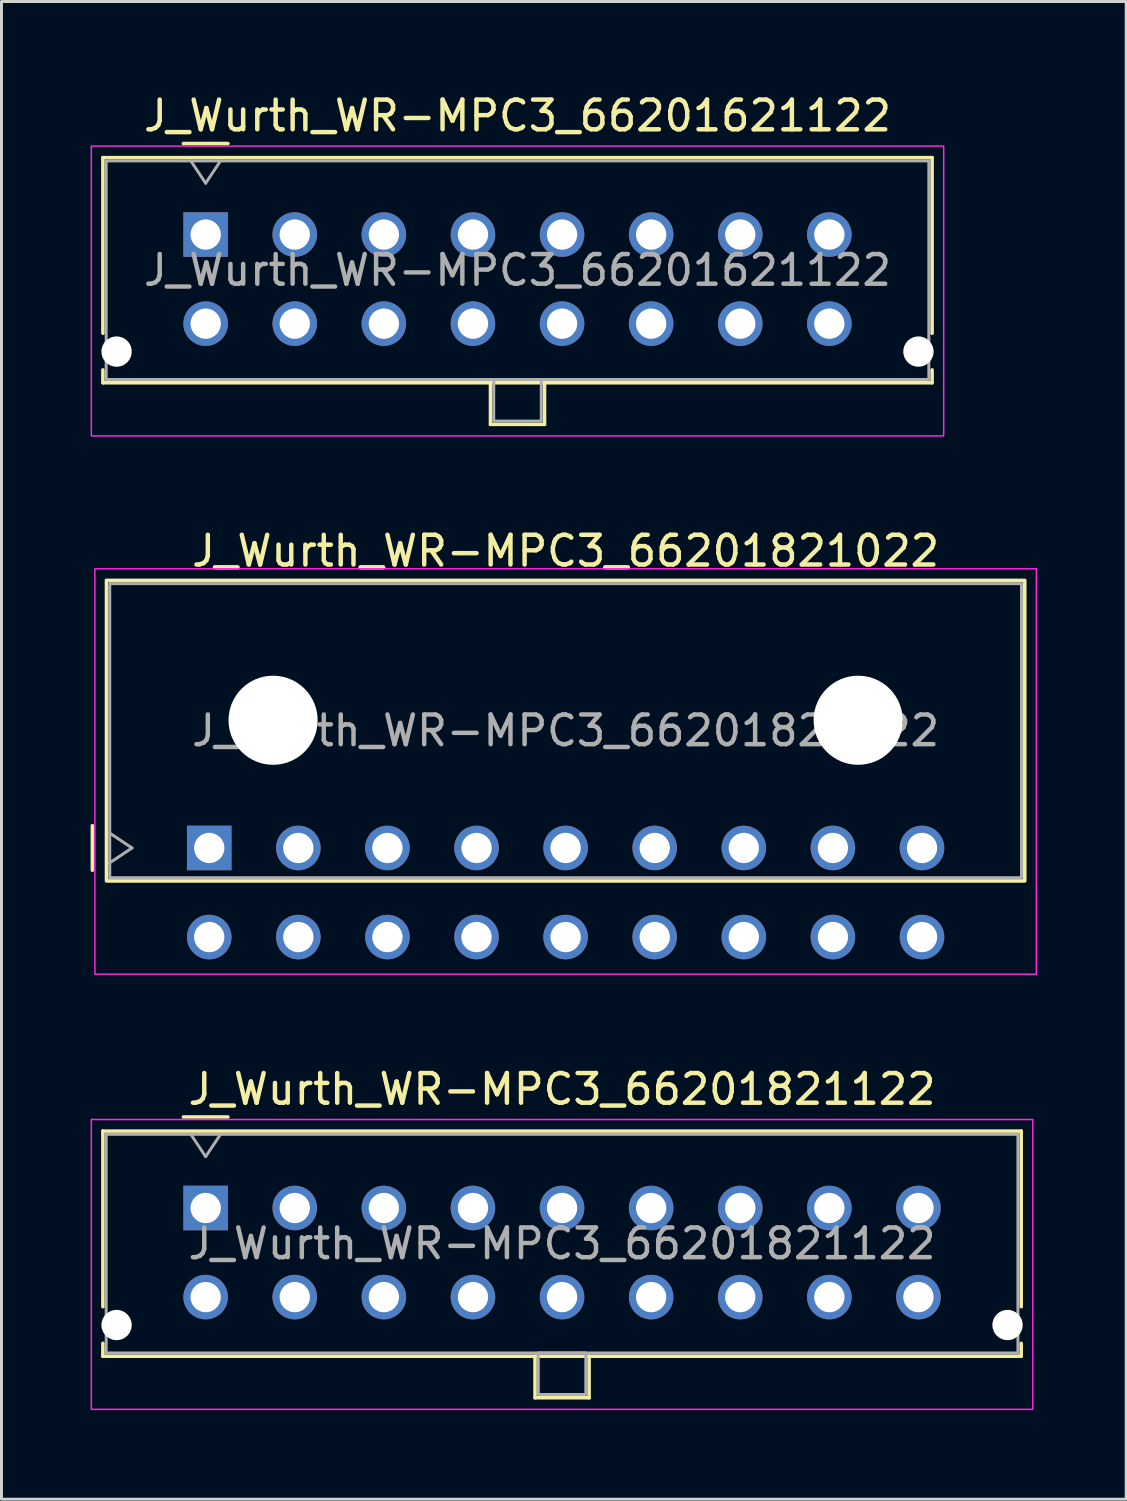
<source format=kicad_pcb>
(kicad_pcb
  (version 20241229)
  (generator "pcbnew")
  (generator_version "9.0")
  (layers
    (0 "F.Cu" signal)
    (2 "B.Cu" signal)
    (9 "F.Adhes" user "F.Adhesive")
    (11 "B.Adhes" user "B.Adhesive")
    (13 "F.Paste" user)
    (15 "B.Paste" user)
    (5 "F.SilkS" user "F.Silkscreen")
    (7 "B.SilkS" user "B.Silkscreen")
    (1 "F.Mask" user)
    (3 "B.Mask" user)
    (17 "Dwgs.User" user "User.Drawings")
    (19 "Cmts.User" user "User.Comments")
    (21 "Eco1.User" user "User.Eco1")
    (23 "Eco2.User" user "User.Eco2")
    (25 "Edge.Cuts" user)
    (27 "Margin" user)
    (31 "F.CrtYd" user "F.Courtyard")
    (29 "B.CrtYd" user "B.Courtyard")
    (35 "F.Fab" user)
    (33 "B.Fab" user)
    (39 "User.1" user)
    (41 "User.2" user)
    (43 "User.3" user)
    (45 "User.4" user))
  (footprint "J_Wurth_WR-MPC3_66201821022"
    (layer "F.Cu")
    (at 3.995 25.502)
    (property "Reference" "J_Wurth_WR-MPC3_66201821022" (at 12 -10 0) (unlocked yes) (layer "F.SilkS") (effects (font (size 1 1) (thickness 0.15))))
    (attr through_hole)
    (fp_line (start -3.935 -0.75) (end -3.935 0.75) (stroke (width 0.12) (type solid)) (layer "F.SilkS"))
    (fp_rect (start -3.46 -9.01) (end 27.46 1.11) (stroke (width 0.12) (type solid)) (fill no) (layer "F.SilkS"))
    (fp_rect (start -3.85 -9.4) (end 27.85 4.25) (stroke (width 0.05) (type solid)) (fill no) (layer "F.CrtYd"))
    (fp_line (start -2.6 0) (end -3.35 -0.5) (stroke (width 0.1) (type solid)) (layer "F.Fab"))
    (fp_line (start -2.6 0) (end -3.35 0.5) (stroke (width 0.1) (type solid)) (layer "F.Fab"))
    (fp_rect (start -3.35 -8.9) (end 27.35 1) (stroke (width 0.1) (type solid)) (fill no) (layer "F.Fab"))
    (fp_text user "${REFERENCE}" (at 12 -3.95 0) (unlocked yes) (layer "F.Fab") (effects (font (size 1 1) (thickness 0.15))))
    (pad "" np_thru_hole circle (at 2.15 -4.3 180) (size 3 3) (drill 3) (layers "*.Cu" "*.Mask"))
    (pad "" np_thru_hole circle (at 21.85 -4.3 180) (size 3 3) (drill 3) (layers "*.Cu" "*.Mask"))
    (pad "1" thru_hole rect (at 0 0 180) (size 1.5 1.5) (drill 1.02) (layers "*.Cu" "*.Mask"))
    (pad "2" thru_hole circle (at 3 0 180) (size 1.5 1.5) (drill 1.02) (layers "*.Cu" "*.Mask"))
    (pad "3" thru_hole circle (at 6 0 180) (size 1.5 1.5) (drill 1.02) (layers "*.Cu" "*.Mask"))
    (pad "4" thru_hole circle (at 9 0 180) (size 1.5 1.5) (drill 1.02) (layers "*.Cu" "*.Mask"))
    (pad "5" thru_hole circle (at 12 0 180) (size 1.5 1.5) (drill 1.02) (layers "*.Cu" "*.Mask"))
    (pad "6" thru_hole circle (at 15 0 180) (size 1.5 1.5) (drill 1.02) (layers "*.Cu" "*.Mask"))
    (pad "7" thru_hole circle (at 18 0 180) (size 1.5 1.5) (drill 1.02) (layers "*.Cu" "*.Mask"))
    (pad "8" thru_hole circle (at 21 0 180) (size 1.5 1.5) (drill 1.02) (layers "*.Cu" "*.Mask"))
    (pad "9" thru_hole circle (at 24 0 180) (size 1.5 1.5) (drill 1.02) (layers "*.Cu" "*.Mask"))
    (pad "10" thru_hole circle (at 0 3 180) (size 1.5 1.5) (drill 1.02) (layers "*.Cu" "*.Mask"))
    (pad "11" thru_hole circle (at 3 3 180) (size 1.5 1.5) (drill 1.02) (layers "*.Cu" "*.Mask"))
    (pad "12" thru_hole circle (at 6 3 180) (size 1.5 1.5) (drill 1.02) (layers "*.Cu" "*.Mask"))
    (pad "13" thru_hole circle (at 9 3 180) (size 1.5 1.5) (drill 1.02) (layers "*.Cu" "*.Mask"))
    (pad "14" thru_hole circle (at 12 3 180) (size 1.5 1.5) (drill 1.02) (layers "*.Cu" "*.Mask"))
    (pad "15" thru_hole circle (at 15 3 180) (size 1.5 1.5) (drill 1.02) (layers "*.Cu" "*.Mask"))
    (pad "16" thru_hole circle (at 18 3 180) (size 1.5 1.5) (drill 1.02) (layers "*.Cu" "*.Mask"))
    (pad "17" thru_hole circle (at 21 3 180) (size 1.5 1.5) (drill 1.02) (layers "*.Cu" "*.Mask"))
    (pad "18" thru_hole circle (at 24 3 180) (size 1.5 1.5) (drill 1.02) (layers "*.Cu" "*.Mask")))
  (footprint "J_Wurth_WR-MPC3_66201621122"
    (layer "F.Cu")
    (at 3.875 4.848)
    (property "Reference" "J_Wurth_WR-MPC3_66201621122" (at 10.5 -4 0) (unlocked yes) (layer "F.SilkS") (effects (font (size 1 1) (thickness 0.15))))
    (attr through_hole)
    (fp_line (start -3.46 -2.59) (end -3.46 3.323) (stroke (width 0.12) (type default)) (layer "F.SilkS"))
    (fp_line (start -3.46 -2.59) (end 24.46 -2.59) (stroke (width 0.12) (type default)) (layer "F.SilkS"))
    (fp_line (start -3.46 4.99) (end -3.46 4.557) (stroke (width 0.12) (type default)) (layer "F.SilkS"))
    (fp_line (start -0.75 -3.065) (end 0.75 -3.065) (stroke (width 0.12) (type solid)) (layer "F.SilkS"))
    (fp_line (start 9.59 6.39) (end 9.59 4.99) (stroke (width 0.12) (type default)) (layer "F.SilkS"))
    (fp_line (start 11.41 4.99) (end 11.41 6.39) (stroke (width 0.12) (type default)) (layer "F.SilkS"))
    (fp_line (start 11.41 6.39) (end 9.59 6.39) (stroke (width 0.12) (type default)) (layer "F.SilkS"))
    (fp_line (start 24.46 -2.59) (end 24.46 3.323) (stroke (width 0.12) (type default)) (layer "F.SilkS"))
    (fp_line (start 24.46 4.99) (end -3.46 4.99) (stroke (width 0.12) (type default)) (layer "F.SilkS"))
    (fp_line (start 24.46 4.99) (end 24.46 4.557) (stroke (width 0.12) (type default)) (layer "F.SilkS"))
    (fp_rect (start -3.85 -2.98) (end 24.85 6.78) (stroke (width 0.05) (type solid)) (fill no) (layer "F.CrtYd"))
    (fp_line (start 0 -1.73) (end -0.5 -2.48) (stroke (width 0.1) (type solid)) (layer "F.Fab"))
    (fp_line (start 0 -1.73) (end 0.5 -2.48) (stroke (width 0.1) (type solid)) (layer "F.Fab"))
    (fp_rect (start -3.35 -2.48) (end 24.35 4.88) (stroke (width 0.1) (type solid)) (fill no) (layer "F.Fab"))
    (fp_rect (start 9.7 4.88) (end 11.3 6.28) (stroke (width 0.1) (type solid)) (fill no) (layer "F.Fab"))
    (fp_text user "${REFERENCE}" (at 10.5 1.2 0) (unlocked yes) (layer "F.Fab") (effects (font (size 1 1) (thickness 0.15))))
    (pad "" np_thru_hole circle (at -3 3.94 180) (size 1.02 1.02) (drill 1.02) (layers "*.Cu" "*.Mask"))
    (pad "" np_thru_hole circle (at 24 3.94 180) (size 1.02 1.02) (drill 1.02) (layers "*.Cu" "*.Mask"))
    (pad "1" thru_hole rect (at 0 0 180) (size 1.5 1.5) (drill 1.02) (layers "*.Cu" "*.Mask"))
    (pad "2" thru_hole circle (at 3 0 180) (size 1.5 1.5) (drill 1.02) (layers "*.Cu" "*.Mask"))
    (pad "3" thru_hole circle (at 6 0 180) (size 1.5 1.5) (drill 1.02) (layers "*.Cu" "*.Mask"))
    (pad "4" thru_hole circle (at 9 0 180) (size 1.5 1.5) (drill 1.02) (layers "*.Cu" "*.Mask"))
    (pad "5" thru_hole circle (at 12 0 180) (size 1.5 1.5) (drill 1.02) (layers "*.Cu" "*.Mask"))
    (pad "6" thru_hole circle (at 15 0 180) (size 1.5 1.5) (drill 1.02) (layers "*.Cu" "*.Mask"))
    (pad "7" thru_hole circle (at 18 0 180) (size 1.5 1.5) (drill 1.02) (layers "*.Cu" "*.Mask"))
    (pad "8" thru_hole circle (at 21 0 180) (size 1.5 1.5) (drill 1.02) (layers "*.Cu" "*.Mask"))
    (pad "9" thru_hole circle (at 0 3 180) (size 1.5 1.5) (drill 1.02) (layers "*.Cu" "*.Mask"))
    (pad "10" thru_hole circle (at 3 3 180) (size 1.5 1.5) (drill 1.02) (layers "*.Cu" "*.Mask"))
    (pad "11" thru_hole circle (at 6 3 180) (size 1.5 1.5) (drill 1.02) (layers "*.Cu" "*.Mask"))
    (pad "12" thru_hole circle (at 9 3 180) (size 1.5 1.5) (drill 1.02) (layers "*.Cu" "*.Mask"))
    (pad "13" thru_hole circle (at 12 3 180) (size 1.5 1.5) (drill 1.02) (layers "*.Cu" "*.Mask"))
    (pad "14" thru_hole circle (at 15 3 180) (size 1.5 1.5) (drill 1.02) (layers "*.Cu" "*.Mask"))
    (pad "15" thru_hole circle (at 18 3 180) (size 1.5 1.5) (drill 1.02) (layers "*.Cu" "*.Mask"))
    (pad "16" thru_hole circle (at 21 3 180) (size 1.5 1.5) (drill 1.02) (layers "*.Cu" "*.Mask")))
  (footprint "J_Wurth_WR-MPC3_66201821122"
    (layer "F.Cu")
    (at 3.875 37.625)
    (property "Reference" "J_Wurth_WR-MPC3_66201821122" (at 12 -4 0) (unlocked yes) (layer "F.SilkS") (effects (font (size 1 1) (thickness 0.15))))
    (attr through_hole)
    (fp_line (start -3.46 -2.59) (end -3.46 3.323) (stroke (width 0.12) (type default)) (layer "F.SilkS"))
    (fp_line (start -3.46 -2.59) (end 27.46 -2.59) (stroke (width 0.12) (type default)) (layer "F.SilkS"))
    (fp_line (start -3.46 4.99) (end -3.46 4.557) (stroke (width 0.12) (type default)) (layer "F.SilkS"))
    (fp_line (start -0.75 -3.065) (end 0.75 -3.065) (stroke (width 0.12) (type solid)) (layer "F.SilkS"))
    (fp_line (start 11.09 6.39) (end 11.09 4.99) (stroke (width 0.12) (type default)) (layer "F.SilkS"))
    (fp_line (start 12.91 4.99) (end 12.91 6.39) (stroke (width 0.12) (type default)) (layer "F.SilkS"))
    (fp_line (start 12.91 6.39) (end 11.09 6.39) (stroke (width 0.12) (type default)) (layer "F.SilkS"))
    (fp_line (start 27.46 -2.59) (end 27.46 3.323) (stroke (width 0.12) (type default)) (layer "F.SilkS"))
    (fp_line (start 27.46 4.99) (end -3.46 4.99) (stroke (width 0.12) (type default)) (layer "F.SilkS"))
    (fp_line (start 27.46 4.99) (end 27.46 4.557) (stroke (width 0.12) (type default)) (layer "F.SilkS"))
    (fp_rect (start -3.85 -2.98) (end 27.85 6.78) (stroke (width 0.05) (type solid)) (fill no) (layer "F.CrtYd"))
    (fp_line (start 0 -1.73) (end -0.5 -2.48) (stroke (width 0.1) (type solid)) (layer "F.Fab"))
    (fp_line (start 0 -1.73) (end 0.5 -2.48) (stroke (width 0.1) (type solid)) (layer "F.Fab"))
    (fp_rect (start -3.35 -2.48) (end 27.35 4.88) (stroke (width 0.1) (type solid)) (fill no) (layer "F.Fab"))
    (fp_rect (start 11.2 4.88) (end 12.8 6.28) (stroke (width 0.1) (type solid)) (fill no) (layer "F.Fab"))
    (fp_text user "${REFERENCE}" (at 12 1.2 0) (unlocked yes) (layer "F.Fab") (effects (font (size 1 1) (thickness 0.15))))
    (pad "" np_thru_hole circle (at -3 3.94 180) (size 1.02 1.02) (drill 1.02) (layers "*.Cu" "*.Mask"))
    (pad "" np_thru_hole circle (at 27 3.94 180) (size 1.02 1.02) (drill 1.02) (layers "*.Cu" "*.Mask"))
    (pad "1" thru_hole rect (at 0 0 180) (size 1.5 1.5) (drill 1.02) (layers "*.Cu" "*.Mask"))
    (pad "2" thru_hole circle (at 3 0 180) (size 1.5 1.5) (drill 1.02) (layers "*.Cu" "*.Mask"))
    (pad "3" thru_hole circle (at 6 0 180) (size 1.5 1.5) (drill 1.02) (layers "*.Cu" "*.Mask"))
    (pad "4" thru_hole circle (at 9 0 180) (size 1.5 1.5) (drill 1.02) (layers "*.Cu" "*.Mask"))
    (pad "5" thru_hole circle (at 12 0 180) (size 1.5 1.5) (drill 1.02) (layers "*.Cu" "*.Mask"))
    (pad "6" thru_hole circle (at 15 0 180) (size 1.5 1.5) (drill 1.02) (layers "*.Cu" "*.Mask"))
    (pad "7" thru_hole circle (at 18 0 180) (size 1.5 1.5) (drill 1.02) (layers "*.Cu" "*.Mask"))
    (pad "8" thru_hole circle (at 21 0 180) (size 1.5 1.5) (drill 1.02) (layers "*.Cu" "*.Mask"))
    (pad "9" thru_hole circle (at 24 0 180) (size 1.5 1.5) (drill 1.02) (layers "*.Cu" "*.Mask"))
    (pad "10" thru_hole circle (at 0 3 180) (size 1.5 1.5) (drill 1.02) (layers "*.Cu" "*.Mask"))
    (pad "11" thru_hole circle (at 3 3 180) (size 1.5 1.5) (drill 1.02) (layers "*.Cu" "*.Mask"))
    (pad "12" thru_hole circle (at 6 3 180) (size 1.5 1.5) (drill 1.02) (layers "*.Cu" "*.Mask"))
    (pad "13" thru_hole circle (at 9 3 180) (size 1.5 1.5) (drill 1.02) (layers "*.Cu" "*.Mask"))
    (pad "14" thru_hole circle (at 12 3 180) (size 1.5 1.5) (drill 1.02) (layers "*.Cu" "*.Mask"))
    (pad "15" thru_hole circle (at 15 3 180) (size 1.5 1.5) (drill 1.02) (layers "*.Cu" "*.Mask"))
    (pad "16" thru_hole circle (at 18 3 180) (size 1.5 1.5) (drill 1.02) (layers "*.Cu" "*.Mask"))
    (pad "17" thru_hole circle (at 21 3 180) (size 1.5 1.5) (drill 1.02) (layers "*.Cu" "*.Mask"))
    (pad "18" thru_hole circle (at 24 3 180) (size 1.5 1.5) (drill 1.02) (layers "*.Cu" "*.Mask")))
  (gr_rect
    (start -3 -3)
    (end 34.87 47.43)
    (stroke (width 0.1) (type default))
    (fill no)
    (layer "Edge.Cuts")))
</source>
